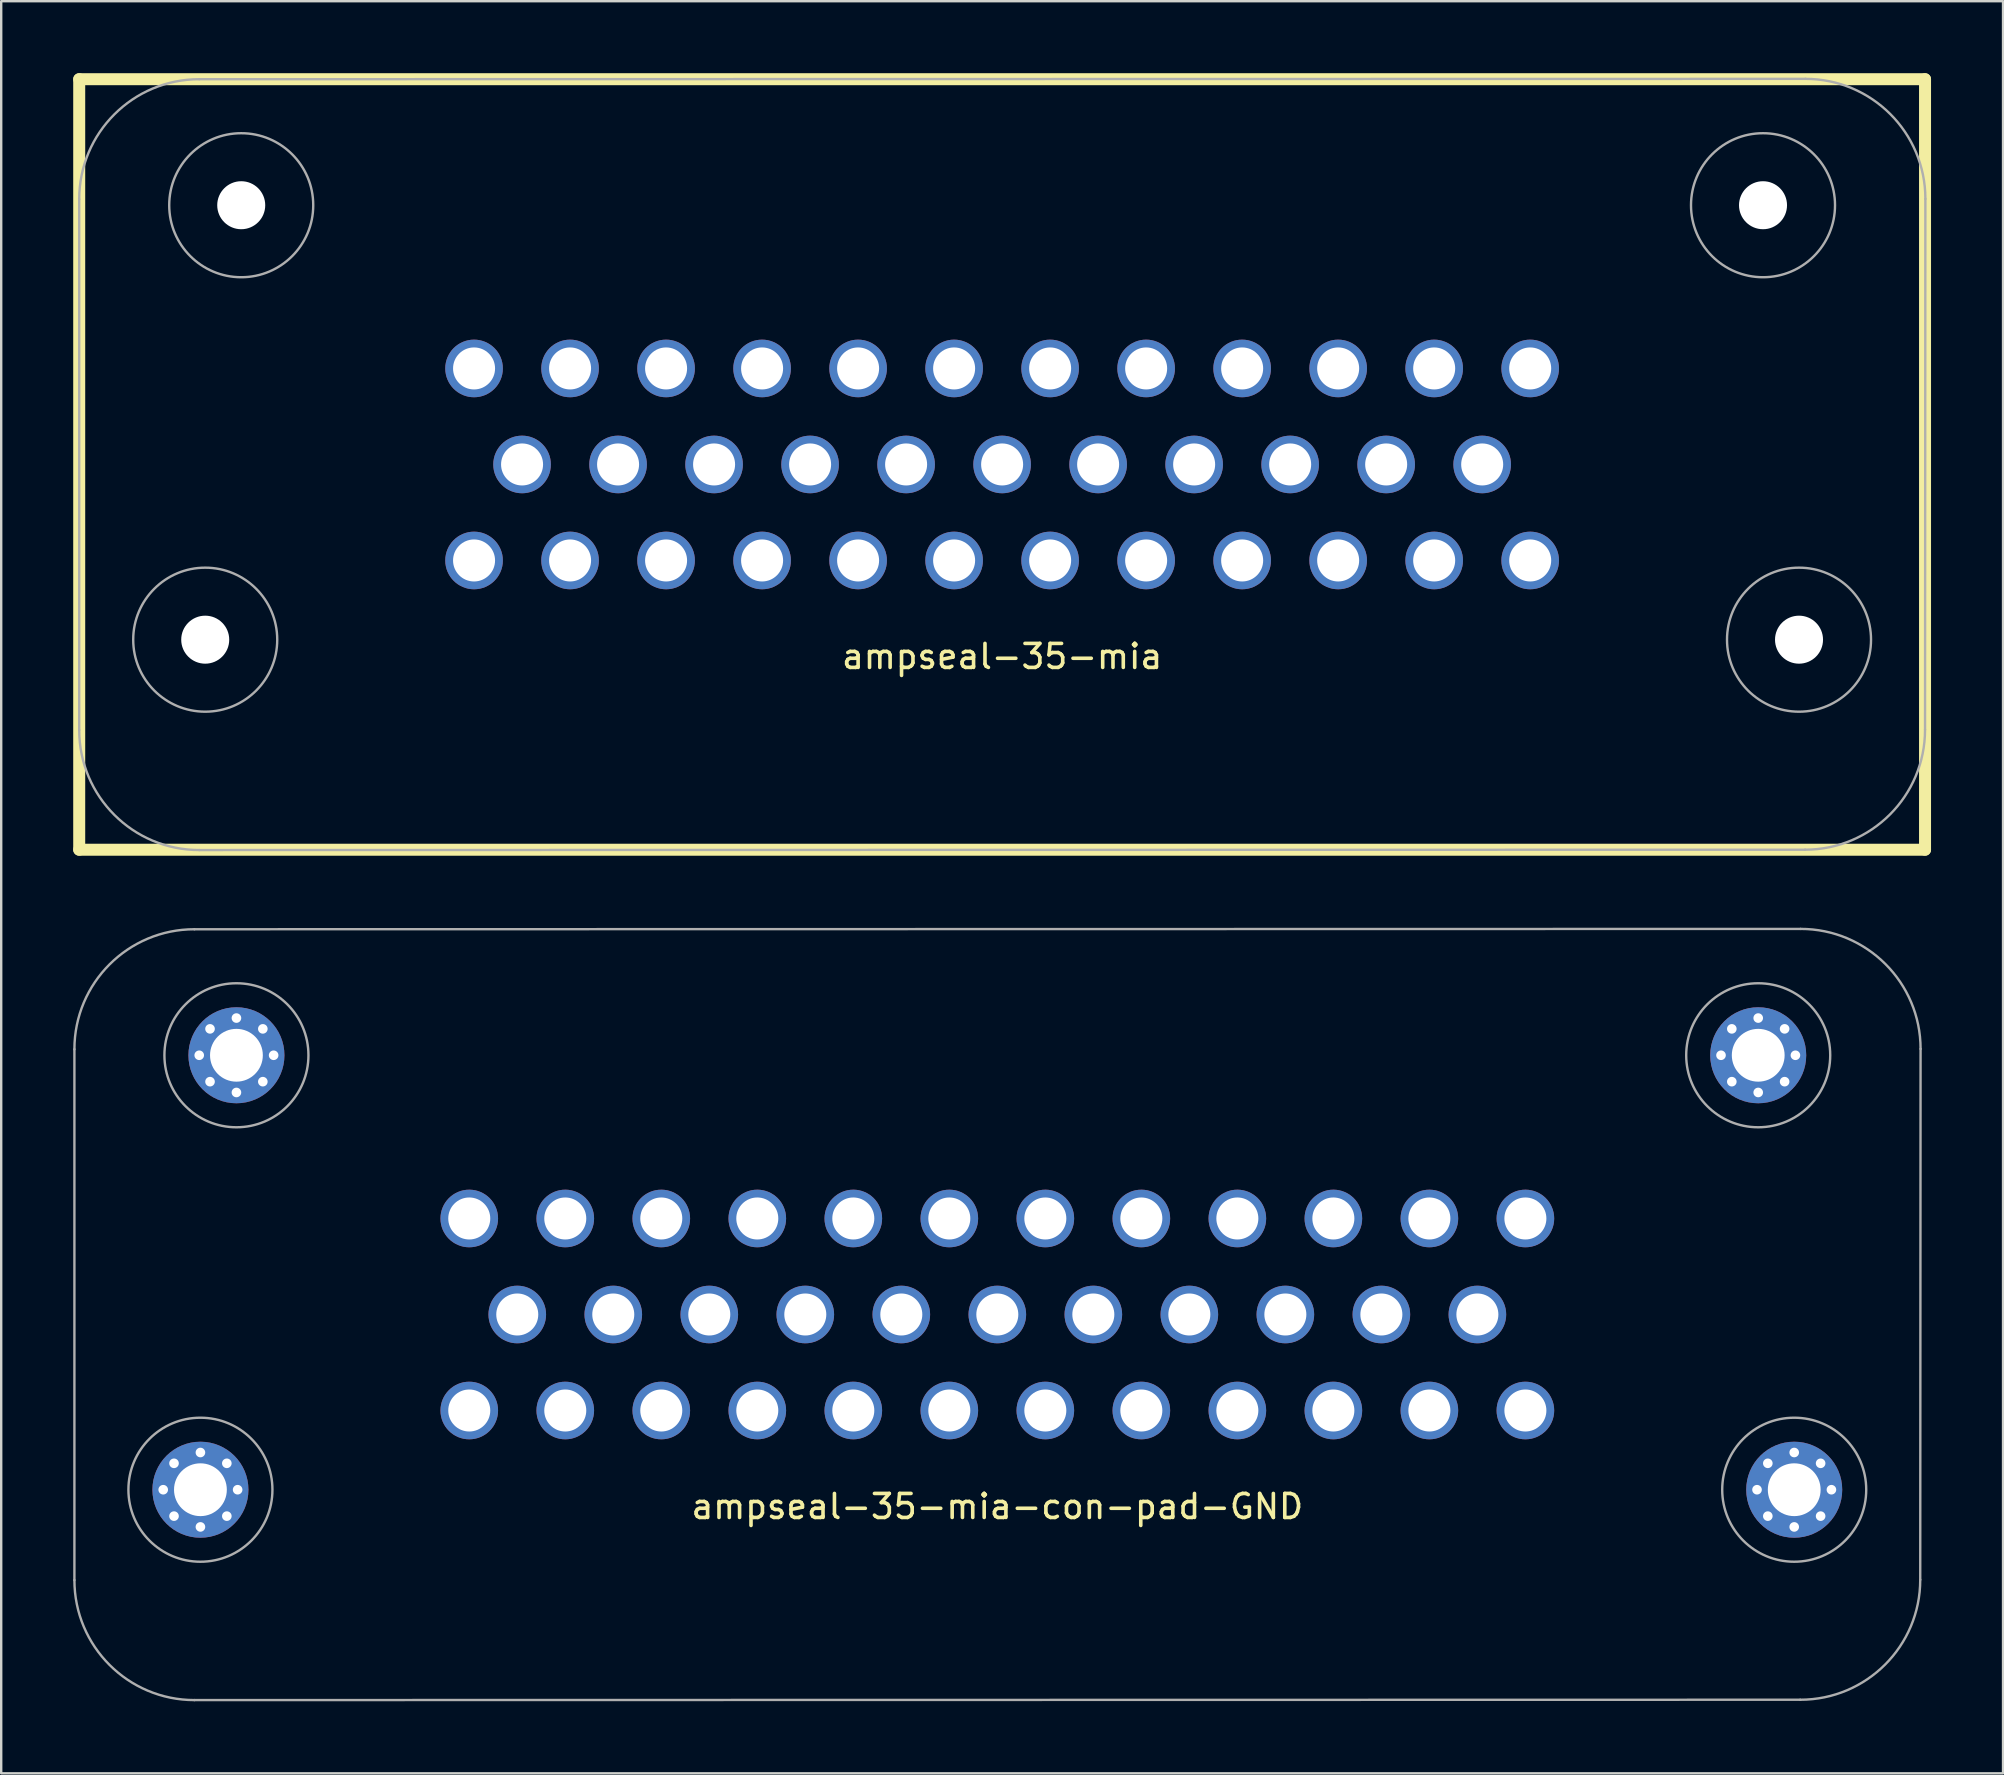
<source format=kicad_pcb>
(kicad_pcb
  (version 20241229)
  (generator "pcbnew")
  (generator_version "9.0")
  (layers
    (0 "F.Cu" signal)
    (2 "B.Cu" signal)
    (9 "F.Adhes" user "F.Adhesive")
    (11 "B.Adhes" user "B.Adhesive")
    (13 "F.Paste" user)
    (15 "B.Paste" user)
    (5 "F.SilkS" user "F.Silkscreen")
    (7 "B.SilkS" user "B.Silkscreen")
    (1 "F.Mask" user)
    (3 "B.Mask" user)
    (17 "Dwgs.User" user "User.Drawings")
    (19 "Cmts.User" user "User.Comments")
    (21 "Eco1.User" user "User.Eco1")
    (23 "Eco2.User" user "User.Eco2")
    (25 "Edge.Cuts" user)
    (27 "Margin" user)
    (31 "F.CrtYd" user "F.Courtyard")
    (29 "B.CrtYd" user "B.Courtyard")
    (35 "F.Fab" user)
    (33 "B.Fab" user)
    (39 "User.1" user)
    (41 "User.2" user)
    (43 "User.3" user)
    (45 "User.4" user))
  (footprint "ampseal-35-mia-con-pad-GND"
    (layer "F.Cu")
    (at 38.5 51.714)
    (property "Reference" "ampseal-35-mia-con-pad-GND" (at 0 8 0) (layer "F.SilkS") (effects (font (size 1 1) (thickness 0.15))))
    (attr through_hole)
    (fp_line (start -38.45 11.064) (end -38.45 -11.05) (stroke (width 0.1) (type default)) (layer "F.Fab"))
    (fp_line (start -33.45 -16.05) (end 33.464 -16.064) (stroke (width 0.1) (type default)) (layer "F.Fab"))
    (fp_line (start 33.45 16.05) (end -33.45 16.064) (stroke (width 0.1) (type default)) (layer "F.Fab"))
    (fp_line (start 38.464 -11.064) (end 38.45 11.05) (stroke (width 0.1) (type default)) (layer "F.Fab"))
    (fp_arc (start -38.45 -11.05) (mid -36.985534 -14.585534) (end -33.45 -16.05) (stroke (width 0.1) (type default)) (layer "F.Fab"))
    (fp_arc (start -33.45 16.064466) (mid -36.985534 14.6) (end -38.45 11.064466) (stroke (width 0.1) (type default)) (layer "F.Fab"))
    (fp_arc (start 33.464466 -16.064466) (mid 37 -14.6) (end 38.464466 -11.064466) (stroke (width 0.1) (type default)) (layer "F.Fab"))
    (fp_arc (start 38.45 11.05) (mid 36.985534 14.585534) (end 33.45 16.05) (stroke (width 0.1) (type default)) (layer "F.Fab"))
    (fp_circle (center -33.2 7.3) (end -30.2 7.3) (stroke (width 0.1) (type default)) (fill no) (layer "F.Fab"))
    (fp_circle (center -31.7 -10.8) (end -28.7 -10.8) (stroke (width 0.1) (type default)) (fill no) (layer "F.Fab"))
    (fp_circle (center 31.7 -10.8) (end 34.7 -10.8) (stroke (width 0.1) (type default)) (fill no) (layer "F.Fab"))
    (fp_circle (center 33.2 7.3) (end 36.2 7.3) (stroke (width 0.1) (type default)) (fill no) (layer "F.Fab"))
    (pad "1" thru_hole circle (at -22 -4) (size 2.4 2.4) (drill 1.75) (layers "*.Cu" "*.Mask"))
    (pad "2" thru_hole circle (at -18 -4) (size 2.4 2.4) (drill 1.75) (layers "*.Cu" "*.Mask"))
    (pad "3" thru_hole circle (at -14 -4) (size 2.4 2.4) (drill 1.75) (layers "*.Cu" "*.Mask"))
    (pad "4" thru_hole circle (at -10 -4) (size 2.4 2.4) (drill 1.75) (layers "*.Cu" "*.Mask"))
    (pad "5" thru_hole circle (at -6 -4) (size 2.4 2.4) (drill 1.75) (layers "*.Cu" "*.Mask"))
    (pad "6" thru_hole circle (at -2 -4) (size 2.4 2.4) (drill 1.75) (layers "*.Cu" "*.Mask"))
    (pad "7" thru_hole circle (at 2 -4) (size 2.4 2.4) (drill 1.75) (layers "*.Cu" "*.Mask"))
    (pad "8" thru_hole circle (at 6 -4) (size 2.4 2.4) (drill 1.75) (layers "*.Cu" "*.Mask"))
    (pad "9" thru_hole circle (at 10 -4) (size 2.4 2.4) (drill 1.75) (layers "*.Cu" "*.Mask"))
    (pad "10" thru_hole circle (at 14 -4) (size 2.4 2.4) (drill 1.75) (layers "*.Cu" "*.Mask"))
    (pad "11" thru_hole circle (at 18 -4) (size 2.4 2.4) (drill 1.75) (layers "*.Cu" "*.Mask"))
    (pad "12" thru_hole circle (at 22 -4) (size 2.4 2.4) (drill 1.75) (layers "*.Cu" "*.Mask"))
    (pad "13" thru_hole circle (at -20 0) (size 2.4 2.4) (drill 1.75) (layers "*.Cu" "*.Mask"))
    (pad "14" thru_hole circle (at -16 0) (size 2.4 2.4) (drill 1.75) (layers "*.Cu" "*.Mask"))
    (pad "15" thru_hole circle (at -12 0) (size 2.4 2.4) (drill 1.75) (layers "*.Cu" "*.Mask"))
    (pad "16" thru_hole circle (at -8 0) (size 2.4 2.4) (drill 1.75) (layers "*.Cu" "*.Mask"))
    (pad "17" thru_hole circle (at -4 0) (size 2.4 2.4) (drill 1.75) (layers "*.Cu" "*.Mask"))
    (pad "18" thru_hole circle (at 0 0) (size 2.4 2.4) (drill 1.75) (layers "*.Cu" "*.Mask"))
    (pad "19" thru_hole circle (at 4 0) (size 2.4 2.4) (drill 1.75) (layers "*.Cu" "*.Mask"))
    (pad "20" thru_hole circle (at 8 0) (size 2.4 2.4) (drill 1.75) (layers "*.Cu" "*.Mask"))
    (pad "21" thru_hole circle (at 12 0) (size 2.4 2.4) (drill 1.75) (layers "*.Cu" "*.Mask"))
    (pad "22" thru_hole circle (at 16 0) (size 2.4 2.4) (drill 1.75) (layers "*.Cu" "*.Mask"))
    (pad "23" thru_hole circle (at 20 0) (size 2.4 2.4) (drill 1.75) (layers "*.Cu" "*.Mask"))
    (pad "24" thru_hole circle (at -22 4) (size 2.4 2.4) (drill 1.75) (layers "*.Cu" "*.Mask"))
    (pad "25" thru_hole circle (at -18 4) (size 2.4 2.4) (drill 1.75) (layers "*.Cu" "*.Mask"))
    (pad "26" thru_hole circle (at -14 4) (size 2.4 2.4) (drill 1.75) (layers "*.Cu" "*.Mask"))
    (pad "27" thru_hole circle (at -10 4) (size 2.4 2.4) (drill 1.75) (layers "*.Cu" "*.Mask"))
    (pad "28" thru_hole circle (at -6 4) (size 2.4 2.4) (drill 1.75) (layers "*.Cu" "*.Mask"))
    (pad "29" thru_hole circle (at -2 4) (size 2.4 2.4) (drill 1.75) (layers "*.Cu" "*.Mask"))
    (pad "30" thru_hole circle (at 2 4) (size 2.4 2.4) (drill 1.75) (layers "*.Cu" "*.Mask"))
    (pad "31" thru_hole circle (at 6 4) (size 2.4 2.4) (drill 1.75) (layers "*.Cu" "*.Mask"))
    (pad "32" thru_hole circle (at 10 4) (size 2.4 2.4) (drill 1.75) (layers "*.Cu" "*.Mask"))
    (pad "33" thru_hole circle (at 14 4) (size 2.4 2.4) (drill 1.75) (layers "*.Cu" "*.Mask"))
    (pad "34" thru_hole circle (at 18 4) (size 2.4 2.4) (drill 1.75) (layers "*.Cu" "*.Mask"))
    (pad "35" thru_hole circle (at 22 4) (size 2.4 2.4) (drill 1.75) (layers "*.Cu" "*.Mask"))
    (pad "36" thru_hole circle (at -34.75 7.3) (size 0.7 0.7) (drill 0.4) (layers "*.Cu" "*.Mask"))
    (pad "36" thru_hole circle (at -34.3 6.2) (size 0.7 0.7) (drill 0.4) (layers "*.Cu" "*.Mask"))
    (pad "36" thru_hole circle (at -34.3 8.4) (size 0.7 0.7) (drill 0.4) (layers "*.Cu" "*.Mask"))
    (pad "36" thru_hole circle (at -33.25 -10.8) (size 0.7 0.7) (drill 0.4) (layers "*.Cu" "*.Mask"))
    (pad "36" thru_hole circle (at -33.2 5.75) (size 0.7 0.7) (drill 0.4) (layers "*.Cu" "*.Mask"))
    (pad "36" thru_hole circle (at -33.2 7.3) (size 4 4) (drill 2.2) (layers "*.Cu" "*.Mask"))
    (pad "36" thru_hole circle (at -33.2 8.85) (size 0.7 0.7) (drill 0.4) (layers "*.Cu" "*.Mask"))
    (pad "36" thru_hole circle (at -32.8 -11.9) (size 0.7 0.7) (drill 0.4) (layers "*.Cu" "*.Mask"))
    (pad "36" thru_hole circle (at -32.8 -9.7) (size 0.7 0.7) (drill 0.4) (layers "*.Cu" "*.Mask"))
    (pad "36" thru_hole circle (at -32.1 6.2) (size 0.7 0.7) (drill 0.4) (layers "*.Cu" "*.Mask"))
    (pad "36" thru_hole circle (at -32.1 8.4) (size 0.7 0.7) (drill 0.4) (layers "*.Cu" "*.Mask"))
    (pad "36" thru_hole circle (at -31.7 -12.35) (size 0.7 0.7) (drill 0.4) (layers "*.Cu" "*.Mask"))
    (pad "36" thru_hole circle (at -31.7 -10.8) (size 4 4) (drill 2.2) (layers "*.Cu" "*.Mask"))
    (pad "36" thru_hole circle (at -31.7 -9.25) (size 0.7 0.7) (drill 0.4) (layers "*.Cu" "*.Mask"))
    (pad "36" thru_hole circle (at -31.65 7.3) (size 0.7 0.7) (drill 0.4) (layers "*.Cu" "*.Mask"))
    (pad "36" thru_hole circle (at -30.6 -11.9) (size 0.7 0.7) (drill 0.4) (layers "*.Cu" "*.Mask"))
    (pad "36" thru_hole circle (at -30.6 -9.7) (size 0.7 0.7) (drill 0.4) (layers "*.Cu" "*.Mask"))
    (pad "36" thru_hole circle (at -30.15 -10.8) (size 0.7 0.7) (drill 0.4) (layers "*.Cu" "*.Mask"))
    (pad "36" thru_hole circle (at 30.15 -10.8) (size 0.7 0.7) (drill 0.4) (layers "*.Cu" "*.Mask"))
    (pad "36" thru_hole circle (at 30.6 -11.9) (size 0.7 0.7) (drill 0.4) (layers "*.Cu" "*.Mask"))
    (pad "36" thru_hole circle (at 30.6 -9.7) (size 0.7 0.7) (drill 0.4) (layers "*.Cu" "*.Mask"))
    (pad "36" thru_hole circle (at 31.65 7.3) (size 0.7 0.7) (drill 0.4) (layers "*.Cu" "*.Mask"))
    (pad "36" thru_hole circle (at 31.7 -12.35) (size 0.7 0.7) (drill 0.4) (layers "*.Cu" "*.Mask"))
    (pad "36" thru_hole circle (at 31.7 -10.8) (size 4 4) (drill 2.2) (layers "*.Cu" "*.Mask"))
    (pad "36" thru_hole circle (at 31.7 -9.25) (size 0.7 0.7) (drill 0.4) (layers "*.Cu" "*.Mask"))
    (pad "36" thru_hole circle (at 32.1 6.2) (size 0.7 0.7) (drill 0.4) (layers "*.Cu" "*.Mask"))
    (pad "36" thru_hole circle (at 32.1 8.4) (size 0.7 0.7) (drill 0.4) (layers "*.Cu" "*.Mask"))
    (pad "36" thru_hole circle (at 32.8 -11.9) (size 0.7 0.7) (drill 0.4) (layers "*.Cu" "*.Mask"))
    (pad "36" thru_hole circle (at 32.8 -9.7) (size 0.7 0.7) (drill 0.4) (layers "*.Cu" "*.Mask"))
    (pad "36" thru_hole circle (at 33.2 5.75) (size 0.7 0.7) (drill 0.4) (layers "*.Cu" "*.Mask"))
    (pad "36" thru_hole circle (at 33.2 7.3) (size 4 4) (drill 2.2) (layers "*.Cu" "*.Mask"))
    (pad "36" thru_hole circle (at 33.2 8.85) (size 0.7 0.7) (drill 0.4) (layers "*.Cu" "*.Mask"))
    (pad "36" thru_hole circle (at 33.25 -10.8) (size 0.7 0.7) (drill 0.4) (layers "*.Cu" "*.Mask"))
    (pad "36" thru_hole circle (at 34.3 6.2) (size 0.7 0.7) (drill 0.4) (layers "*.Cu" "*.Mask"))
    (pad "36" thru_hole circle (at 34.3 8.4) (size 0.7 0.7) (drill 0.4) (layers "*.Cu" "*.Mask"))
    (pad "36" thru_hole circle (at 34.75 7.3) (size 0.7 0.7) (drill 0.4) (layers "*.Cu" "*.Mask")))
  (footprint "ampseal-35-mia"
    (layer "F.Cu")
    (at 38.7 16.3)
    (property "Reference" "ampseal-35-mia" (at 0 8 0) (layer "F.SilkS") (effects (font (size 1 1) (thickness 0.15))))
    (attr through_hole)
    (fp_line (start -38.45 -16.05) (end -38.45 16.05) (stroke (width 0.5) (type solid)) (layer "F.SilkS"))
    (fp_line (start -38.45 -16.05) (end 38.45 -16.05) (stroke (width 0.5) (type solid)) (layer "F.SilkS"))
    (fp_line (start -38.45 16.05) (end 38.45 16.05) (stroke (width 0.5) (type solid)) (layer "F.SilkS"))
    (fp_line (start 38.45 -16.05) (end 38.45 16.05) (stroke (width 0.5) (type solid)) (layer "F.SilkS"))
    (fp_line (start -38.45 11.064) (end -38.45 -11.05) (stroke (width 0.1) (type default)) (layer "F.Fab"))
    (fp_line (start -33.45 -16.05) (end 33.464 -16.064) (stroke (width 0.1) (type default)) (layer "F.Fab"))
    (fp_line (start 33.45 16.05) (end -33.45 16.064) (stroke (width 0.1) (type default)) (layer "F.Fab"))
    (fp_line (start 38.464 -11.064) (end 38.45 11.05) (stroke (width 0.1) (type default)) (layer "F.Fab"))
    (fp_arc (start -38.45 -11.05) (mid -36.985534 -14.585534) (end -33.45 -16.05) (stroke (width 0.1) (type default)) (layer "F.Fab"))
    (fp_arc (start -33.45 16.064466) (mid -36.985534 14.6) (end -38.45 11.064466) (stroke (width 0.1) (type default)) (layer "F.Fab"))
    (fp_arc (start 33.464466 -16.064466) (mid 37 -14.6) (end 38.464466 -11.064466) (stroke (width 0.1) (type default)) (layer "F.Fab"))
    (fp_arc (start 38.45 11.05) (mid 36.985534 14.585534) (end 33.45 16.05) (stroke (width 0.1) (type default)) (layer "F.Fab"))
    (fp_circle (center -33.2 7.3) (end -30.2 7.3) (stroke (width 0.1) (type default)) (fill no) (layer "F.Fab"))
    (fp_circle (center -31.7 -10.8) (end -28.7 -10.8) (stroke (width 0.1) (type default)) (fill no) (layer "F.Fab"))
    (fp_circle (center 31.7 -10.8) (end 34.7 -10.8) (stroke (width 0.1) (type default)) (fill no) (layer "F.Fab"))
    (fp_circle (center 33.2 7.3) (end 36.2 7.3) (stroke (width 0.1) (type default)) (fill no) (layer "F.Fab"))
    (pad "" np_thru_hole circle (at -33.2 7.3) (size 2 2) (drill 2) (layers "*.Cu" "*.Mask"))
    (pad "" np_thru_hole circle (at -31.7 -10.8) (size 2 2) (drill 2) (layers "*.Cu" "*.Mask"))
    (pad "" np_thru_hole circle (at 31.7 -10.8) (size 2 2) (drill 2) (layers "*.Cu" "*.Mask"))
    (pad "" np_thru_hole circle (at 33.2 7.3) (size 2 2) (drill 2) (layers "*.Cu" "*.Mask"))
    (pad "1" thru_hole circle (at -22 -4) (size 2.4 2.4) (drill 1.75) (layers "*.Cu" "*.Mask"))
    (pad "2" thru_hole circle (at -18 -4) (size 2.4 2.4) (drill 1.75) (layers "*.Cu" "*.Mask"))
    (pad "3" thru_hole circle (at -14 -4) (size 2.4 2.4) (drill 1.75) (layers "*.Cu" "*.Mask"))
    (pad "4" thru_hole circle (at -10 -4) (size 2.4 2.4) (drill 1.75) (layers "*.Cu" "*.Mask"))
    (pad "5" thru_hole circle (at -6 -4) (size 2.4 2.4) (drill 1.75) (layers "*.Cu" "*.Mask"))
    (pad "6" thru_hole circle (at -2 -4) (size 2.4 2.4) (drill 1.75) (layers "*.Cu" "*.Mask"))
    (pad "7" thru_hole circle (at 2 -4) (size 2.4 2.4) (drill 1.75) (layers "*.Cu" "*.Mask"))
    (pad "8" thru_hole circle (at 6 -4) (size 2.4 2.4) (drill 1.75) (layers "*.Cu" "*.Mask"))
    (pad "9" thru_hole circle (at 10 -4) (size 2.4 2.4) (drill 1.75) (layers "*.Cu" "*.Mask"))
    (pad "10" thru_hole circle (at 14 -4) (size 2.4 2.4) (drill 1.75) (layers "*.Cu" "*.Mask"))
    (pad "11" thru_hole circle (at 18 -4) (size 2.4 2.4) (drill 1.75) (layers "*.Cu" "*.Mask"))
    (pad "12" thru_hole circle (at 22 -4) (size 2.4 2.4) (drill 1.75) (layers "*.Cu" "*.Mask"))
    (pad "13" thru_hole circle (at -20 0) (size 2.4 2.4) (drill 1.75) (layers "*.Cu" "*.Mask"))
    (pad "14" thru_hole circle (at -16 0) (size 2.4 2.4) (drill 1.75) (layers "*.Cu" "*.Mask"))
    (pad "15" thru_hole circle (at -12 0) (size 2.4 2.4) (drill 1.75) (layers "*.Cu" "*.Mask"))
    (pad "16" thru_hole circle (at -8 0) (size 2.4 2.4) (drill 1.75) (layers "*.Cu" "*.Mask"))
    (pad "17" thru_hole circle (at -4 0) (size 2.4 2.4) (drill 1.75) (layers "*.Cu" "*.Mask"))
    (pad "18" thru_hole circle (at 0 0) (size 2.4 2.4) (drill 1.75) (layers "*.Cu" "*.Mask"))
    (pad "19" thru_hole circle (at 4 0) (size 2.4 2.4) (drill 1.75) (layers "*.Cu" "*.Mask"))
    (pad "20" thru_hole circle (at 8 0) (size 2.4 2.4) (drill 1.75) (layers "*.Cu" "*.Mask"))
    (pad "21" thru_hole circle (at 12 0) (size 2.4 2.4) (drill 1.75) (layers "*.Cu" "*.Mask"))
    (pad "22" thru_hole circle (at 16 0) (size 2.4 2.4) (drill 1.75) (layers "*.Cu" "*.Mask"))
    (pad "23" thru_hole circle (at 20 0) (size 2.4 2.4) (drill 1.75) (layers "*.Cu" "*.Mask"))
    (pad "24" thru_hole circle (at -22 4) (size 2.4 2.4) (drill 1.75) (layers "*.Cu" "*.Mask"))
    (pad "25" thru_hole circle (at -18 4) (size 2.4 2.4) (drill 1.75) (layers "*.Cu" "*.Mask"))
    (pad "26" thru_hole circle (at -14 4) (size 2.4 2.4) (drill 1.75) (layers "*.Cu" "*.Mask"))
    (pad "27" thru_hole circle (at -10 4) (size 2.4 2.4) (drill 1.75) (layers "*.Cu" "*.Mask"))
    (pad "28" thru_hole circle (at -6 4) (size 2.4 2.4) (drill 1.75) (layers "*.Cu" "*.Mask"))
    (pad "29" thru_hole circle (at -2 4) (size 2.4 2.4) (drill 1.75) (layers "*.Cu" "*.Mask"))
    (pad "30" thru_hole circle (at 2 4) (size 2.4 2.4) (drill 1.75) (layers "*.Cu" "*.Mask"))
    (pad "31" thru_hole circle (at 6 4) (size 2.4 2.4) (drill 1.75) (layers "*.Cu" "*.Mask"))
    (pad "32" thru_hole circle (at 10 4) (size 2.4 2.4) (drill 1.75) (layers "*.Cu" "*.Mask"))
    (pad "33" thru_hole circle (at 14 4) (size 2.4 2.4) (drill 1.75) (layers "*.Cu" "*.Mask"))
    (pad "34" thru_hole circle (at 18 4) (size 2.4 2.4) (drill 1.75) (layers "*.Cu" "*.Mask"))
    (pad "35" thru_hole circle (at 22 4) (size 2.4 2.4) (drill 1.75) (layers "*.Cu" "*.Mask")))
  (gr_rect
    (start -3 -3)
    (end 80.4 70.829)
    (stroke (width 0.1) (type default))
    (fill no)
    (layer "Edge.Cuts")))
</source>
